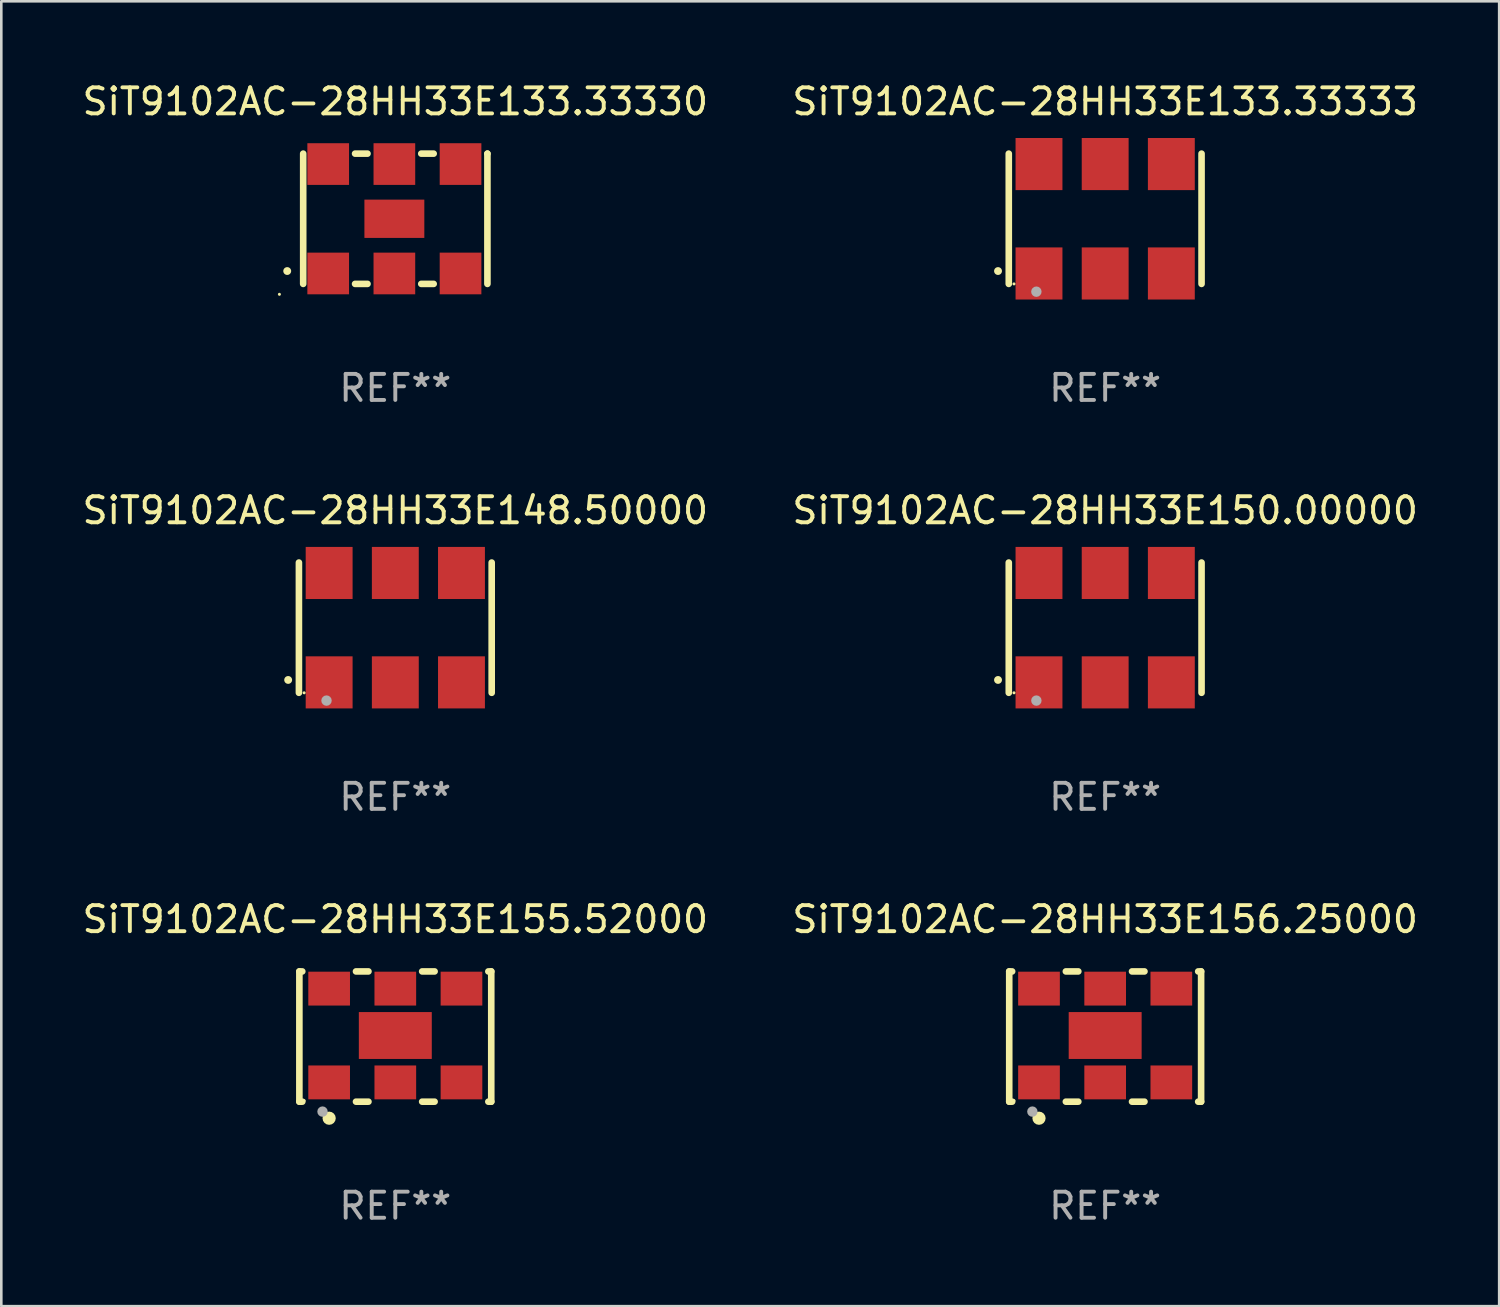
<source format=kicad_pcb>
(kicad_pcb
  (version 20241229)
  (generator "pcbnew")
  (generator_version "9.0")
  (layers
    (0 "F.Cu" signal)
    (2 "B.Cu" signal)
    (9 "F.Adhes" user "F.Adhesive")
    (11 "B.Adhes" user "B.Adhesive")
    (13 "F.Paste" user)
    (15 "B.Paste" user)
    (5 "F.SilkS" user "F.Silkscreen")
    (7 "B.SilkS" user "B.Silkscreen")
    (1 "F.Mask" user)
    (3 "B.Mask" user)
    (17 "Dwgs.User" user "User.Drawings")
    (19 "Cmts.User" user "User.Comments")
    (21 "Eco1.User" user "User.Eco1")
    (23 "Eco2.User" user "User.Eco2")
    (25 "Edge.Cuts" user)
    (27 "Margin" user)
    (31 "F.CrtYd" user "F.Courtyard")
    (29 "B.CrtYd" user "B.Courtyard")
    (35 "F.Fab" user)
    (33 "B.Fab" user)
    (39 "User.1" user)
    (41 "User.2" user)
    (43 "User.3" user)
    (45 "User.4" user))
  (footprint "SiT9102AC-28HH33E150.00000"
    (layer "F.Cu")
    (at 39.375 21.045)
    (property "Reference" "SiT9102AC-28HH33E150.00000" (at 0 -4.5 0) (layer "F.SilkS") (effects (font (size 1 1) (thickness 0.15))))
    (attr through_hole)
    (fp_line (start -3.7 -2.5) (end -3.7 2.5) (stroke (width 0.254) (type solid)) (layer "F.SilkS"))
    (fp_line (start 3.7 -2.5) (end 3.7 2.5) (stroke (width 0.254) (type solid)) (layer "F.SilkS"))
    (fp_arc (start -4.114415 2.006604) (mid -4.113145 2.006599) (end -4.111875 2.006604) (stroke (width 0.3) (type solid)) (layer "F.SilkS"))
    (fp_circle (center -3.5 2.501) (end -3.47 2.501) (stroke (width 0.06) (type solid)) (fill no) (layer "F.SilkS"))
    (fp_circle (center -2.641 2.799) (end -2.541 2.799) (stroke (width 0.2) (type solid)) (fill no) (layer "F.Fab"))
    (fp_text user "REF**" (at 0 6.5 0) (layer "F.Fab") (effects (font (size 1 1) (thickness 0.15))))
    (pad "1" smd rect (at -2.54 2.1) (size 1.8 2) (layers "F.Cu" "F.Mask" "F.Paste"))
    (pad "2" smd rect (at 0.000394 2.1) (size 1.8 2) (layers "F.Cu" "F.Mask" "F.Paste"))
    (pad "3" smd rect (at 2.54 2.1) (size 1.8 2) (layers "F.Cu" "F.Mask" "F.Paste"))
    (pad "4" smd rect (at 2.54 -2.1) (size 1.8 2) (layers "F.Cu" "F.Mask" "F.Paste"))
    (pad "5" smd rect (at 0.000394 -2.1) (size 1.8 2) (layers "F.Cu" "F.Mask" "F.Paste"))
    (pad "6" smd rect (at -2.54 -2.1) (size 1.8 2) (layers "F.Cu" "F.Mask" "F.Paste")))
  (footprint "SiT9102AC-28HH33E156.25000"
    (layer "F.Cu")
    (at 39.375 36.741)
    (property "Reference" "SiT9102AC-28HH33E156.25000" (at 0 -4.5 0) (layer "F.SilkS") (effects (font (size 1 1) (thickness 0.15))))
    (attr through_hole)
    (fp_line (start -3.683 -2.5) (end -3.571 -2.5) (stroke (width 0.254) (type solid)) (layer "F.SilkS"))
    (fp_line (start -3.683 2.5) (end -3.683 -2.5) (stroke (width 0.254) (type solid)) (layer "F.SilkS"))
    (fp_line (start -3.683 2.5) (end -3.571 2.5) (stroke (width 0.254) (type solid)) (layer "F.SilkS"))
    (fp_line (start -1.509 -2.5) (end -1.031 -2.5) (stroke (width 0.254) (type solid)) (layer "F.SilkS"))
    (fp_line (start -1.509 2.5) (end -1.031 2.5) (stroke (width 0.254) (type solid)) (layer "F.SilkS"))
    (fp_line (start 1.031 -2.5) (end 1.509 -2.5) (stroke (width 0.254) (type solid)) (layer "F.SilkS"))
    (fp_line (start 1.031 2.5) (end 1.509 2.5) (stroke (width 0.254) (type solid)) (layer "F.SilkS"))
    (fp_line (start 3.571 -2.5) (end 3.683 -2.5) (stroke (width 0.254) (type solid)) (layer "F.SilkS"))
    (fp_line (start 3.571 2.5) (end 3.683 2.5) (stroke (width 0.254) (type solid)) (layer "F.SilkS"))
    (fp_line (start 3.683 2.5) (end 3.683 -2.5) (stroke (width 0.254) (type solid)) (layer "F.SilkS"))
    (fp_circle (center -3.5 2.46) (end -3.47 2.46) (stroke (width 0.06) (type solid)) (fill no) (layer "F.SilkS"))
    (fp_circle (center -2.54 3.135) (end -2.413 3.135) (stroke (width 0.254) (type solid)) (fill no) (layer "F.SilkS"))
    (fp_circle (center -2.794 2.881) (end -2.694 2.881) (stroke (width 0.2) (type solid)) (fill no) (layer "F.Fab"))
    (fp_text user "REF**" (at 0 6.5 0) (layer "F.Fab") (effects (font (size 1 1) (thickness 0.15))))
    (pad "1" smd rect (at -2.54 1.76) (size 1.6 1.3) (layers "F.Cu" "F.Mask" "F.Paste"))
    (pad "2" smd rect (at 0 1.76) (size 1.6 1.3) (layers "F.Cu" "F.Mask" "F.Paste"))
    (pad "3" smd rect (at 2.54 1.76) (size 1.6 1.3) (layers "F.Cu" "F.Mask" "F.Paste"))
    (pad "4" smd rect (at 2.54 -1.84) (size 1.6 1.3) (layers "F.Cu" "F.Mask" "F.Paste"))
    (pad "5" smd rect (at 0 -1.84) (size 1.6 1.3) (layers "F.Cu" "F.Mask" "F.Paste"))
    (pad "6" smd rect (at -2.54 -1.84) (size 1.6 1.3) (layers "F.Cu" "F.Mask" "F.Paste"))
    (pad "7" smd rect (at 0 -0.04) (size 2.8 1.8) (layers "F.Cu" "F.Mask" "F.Paste")))
  (footprint "SiT9102AC-28HH33E133.33330"
    (layer "F.Cu")
    (at 12.125 5.348)
    (property "Reference" "SiT9102AC-28HH33E133.33330" (at 0 -4.5 0) (layer "F.SilkS") (effects (font (size 1 1) (thickness 0.15))))
    (attr through_hole)
    (fp_line (start -3.536 -2.5) (end -3.536 2.5) (stroke (width 0.254) (type solid)) (layer "F.SilkS"))
    (fp_line (start -1.544 2.5) (end -1.067 2.5) (stroke (width 0.254) (type solid)) (layer "F.SilkS"))
    (fp_line (start -1.067 -2.5) (end -1.544 -2.5) (stroke (width 0.254) (type solid)) (layer "F.SilkS"))
    (fp_line (start 0.996 2.5) (end 1.473 2.5) (stroke (width 0.254) (type solid)) (layer "F.SilkS"))
    (fp_line (start 1.473 -2.5) (end 0.996 -2.5) (stroke (width 0.254) (type solid)) (layer "F.SilkS"))
    (fp_line (start 3.536 -2.5) (end 3.536 -2.5) (stroke (width 0.254) (type solid)) (layer "F.SilkS"))
    (fp_line (start 3.536 2.5) (end 3.536 -2.5) (stroke (width 0.254) (type solid)) (layer "F.SilkS"))
    (fp_arc (start -4.150432 2.006604) (mid -4.149162 2.006599) (end -4.147892 2.006604) (stroke (width 0.3) (type solid)) (layer "F.SilkS"))
    (fp_circle (center -4.449 2.9) (end -4.419 2.9) (stroke (width 0.06) (type solid)) (fill no) (layer "F.SilkS"))
    (fp_text user "REF**" (at 0 6.5 0) (layer "F.Fab") (effects (font (size 1 1) (thickness 0.15))))
    (pad "1" smd rect (at -2.576 2.1) (size 1.6 1.6) (layers "F.Cu" "F.Mask" "F.Paste"))
    (pad "2" smd rect (at -0.036 2.1) (size 1.6 1.6) (layers "F.Cu" "F.Mask" "F.Paste"))
    (pad "3" smd rect (at 2.504 2.1) (size 1.6 1.6) (layers "F.Cu" "F.Mask" "F.Paste"))
    (pad "4" smd rect (at 2.504 -2.1) (size 1.6 1.6) (layers "F.Cu" "F.Mask" "F.Paste"))
    (pad "5" smd rect (at -0.036 -2.1) (size 1.6 1.6) (layers "F.Cu" "F.Mask" "F.Paste"))
    (pad "6" smd rect (at -2.576 -2.1) (size 1.6 1.6) (layers "F.Cu" "F.Mask" "F.Paste"))
    (pad "7" smd rect (at -0.036 0) (size 2.3 1.47) (layers "F.Cu" "F.Mask" "F.Paste")))
  (footprint "SiT9102AC-28HH33E155.52000"
    (layer "F.Cu")
    (at 12.125 36.741)
    (property "Reference" "SiT9102AC-28HH33E155.52000" (at 0 -4.5 0) (layer "F.SilkS") (effects (font (size 1 1) (thickness 0.15))))
    (attr through_hole)
    (fp_line (start -3.683 -2.5) (end -3.571 -2.5) (stroke (width 0.254) (type solid)) (layer "F.SilkS"))
    (fp_line (start -3.683 2.5) (end -3.683 -2.5) (stroke (width 0.254) (type solid)) (layer "F.SilkS"))
    (fp_line (start -3.683 2.5) (end -3.571 2.5) (stroke (width 0.254) (type solid)) (layer "F.SilkS"))
    (fp_line (start -1.509 -2.5) (end -1.031 -2.5) (stroke (width 0.254) (type solid)) (layer "F.SilkS"))
    (fp_line (start -1.509 2.5) (end -1.031 2.5) (stroke (width 0.254) (type solid)) (layer "F.SilkS"))
    (fp_line (start 1.031 -2.5) (end 1.509 -2.5) (stroke (width 0.254) (type solid)) (layer "F.SilkS"))
    (fp_line (start 1.031 2.5) (end 1.509 2.5) (stroke (width 0.254) (type solid)) (layer "F.SilkS"))
    (fp_line (start 3.571 -2.5) (end 3.683 -2.5) (stroke (width 0.254) (type solid)) (layer "F.SilkS"))
    (fp_line (start 3.571 2.5) (end 3.683 2.5) (stroke (width 0.254) (type solid)) (layer "F.SilkS"))
    (fp_line (start 3.683 2.5) (end 3.683 -2.5) (stroke (width 0.254) (type solid)) (layer "F.SilkS"))
    (fp_circle (center -3.5 2.46) (end -3.47 2.46) (stroke (width 0.06) (type solid)) (fill no) (layer "F.SilkS"))
    (fp_circle (center -2.54 3.135) (end -2.413 3.135) (stroke (width 0.254) (type solid)) (fill no) (layer "F.SilkS"))
    (fp_circle (center -2.794 2.881) (end -2.694 2.881) (stroke (width 0.2) (type solid)) (fill no) (layer "F.Fab"))
    (fp_text user "REF**" (at 0 6.5 0) (layer "F.Fab") (effects (font (size 1 1) (thickness 0.15))))
    (pad "1" smd rect (at -2.54 1.76) (size 1.6 1.3) (layers "F.Cu" "F.Mask" "F.Paste"))
    (pad "2" smd rect (at 0 1.76) (size 1.6 1.3) (layers "F.Cu" "F.Mask" "F.Paste"))
    (pad "3" smd rect (at 2.54 1.76) (size 1.6 1.3) (layers "F.Cu" "F.Mask" "F.Paste"))
    (pad "4" smd rect (at 2.54 -1.84) (size 1.6 1.3) (layers "F.Cu" "F.Mask" "F.Paste"))
    (pad "5" smd rect (at 0 -1.84) (size 1.6 1.3) (layers "F.Cu" "F.Mask" "F.Paste"))
    (pad "6" smd rect (at -2.54 -1.84) (size 1.6 1.3) (layers "F.Cu" "F.Mask" "F.Paste"))
    (pad "7" smd rect (at 0 -0.04) (size 2.8 1.8) (layers "F.Cu" "F.Mask" "F.Paste")))
  (footprint "SiT9102AC-28HH33E133.33333"
    (layer "F.Cu")
    (at 39.375 5.348)
    (property "Reference" "SiT9102AC-28HH33E133.33333" (at 0 -4.5 0) (layer "F.SilkS") (effects (font (size 1 1) (thickness 0.15))))
    (attr through_hole)
    (fp_line (start -3.7 -2.5) (end -3.7 2.5) (stroke (width 0.254) (type solid)) (layer "F.SilkS"))
    (fp_line (start 3.7 -2.5) (end 3.7 2.5) (stroke (width 0.254) (type solid)) (layer "F.SilkS"))
    (fp_arc (start -4.114415 2.006604) (mid -4.113145 2.006599) (end -4.111875 2.006604) (stroke (width 0.3) (type solid)) (layer "F.SilkS"))
    (fp_circle (center -3.5 2.501) (end -3.47 2.501) (stroke (width 0.06) (type solid)) (fill no) (layer "F.SilkS"))
    (fp_circle (center -2.641 2.799) (end -2.541 2.799) (stroke (width 0.2) (type solid)) (fill no) (layer "F.Fab"))
    (fp_text user "REF**" (at 0 6.5 0) (layer "F.Fab") (effects (font (size 1 1) (thickness 0.15))))
    (pad "1" smd rect (at -2.54 2.1) (size 1.8 2) (layers "F.Cu" "F.Mask" "F.Paste"))
    (pad "2" smd rect (at 0.000394 2.1) (size 1.8 2) (layers "F.Cu" "F.Mask" "F.Paste"))
    (pad "3" smd rect (at 2.54 2.1) (size 1.8 2) (layers "F.Cu" "F.Mask" "F.Paste"))
    (pad "4" smd rect (at 2.54 -2.1) (size 1.8 2) (layers "F.Cu" "F.Mask" "F.Paste"))
    (pad "5" smd rect (at 0.000394 -2.1) (size 1.8 2) (layers "F.Cu" "F.Mask" "F.Paste"))
    (pad "6" smd rect (at -2.54 -2.1) (size 1.8 2) (layers "F.Cu" "F.Mask" "F.Paste")))
  (footprint "SiT9102AC-28HH33E148.50000"
    (layer "F.Cu")
    (at 12.125 21.045)
    (property "Reference" "SiT9102AC-28HH33E148.50000" (at 0 -4.5 0) (layer "F.SilkS") (effects (font (size 1 1) (thickness 0.15))))
    (attr through_hole)
    (fp_line (start -3.7 -2.5) (end -3.7 2.5) (stroke (width 0.254) (type solid)) (layer "F.SilkS"))
    (fp_line (start 3.7 -2.5) (end 3.7 2.5) (stroke (width 0.254) (type solid)) (layer "F.SilkS"))
    (fp_arc (start -4.114415 2.006604) (mid -4.113145 2.006599) (end -4.111875 2.006604) (stroke (width 0.3) (type solid)) (layer "F.SilkS"))
    (fp_circle (center -3.5 2.501) (end -3.47 2.501) (stroke (width 0.06) (type solid)) (fill no) (layer "F.SilkS"))
    (fp_circle (center -2.641 2.799) (end -2.541 2.799) (stroke (width 0.2) (type solid)) (fill no) (layer "F.Fab"))
    (fp_text user "REF**" (at 0 6.5 0) (layer "F.Fab") (effects (font (size 1 1) (thickness 0.15))))
    (pad "1" smd rect (at -2.54 2.1) (size 1.8 2) (layers "F.Cu" "F.Mask" "F.Paste"))
    (pad "2" smd rect (at 0.000394 2.1) (size 1.8 2) (layers "F.Cu" "F.Mask" "F.Paste"))
    (pad "3" smd rect (at 2.54 2.1) (size 1.8 2) (layers "F.Cu" "F.Mask" "F.Paste"))
    (pad "4" smd rect (at 2.54 -2.1) (size 1.8 2) (layers "F.Cu" "F.Mask" "F.Paste"))
    (pad "5" smd rect (at 0.000394 -2.1) (size 1.8 2) (layers "F.Cu" "F.Mask" "F.Paste"))
    (pad "6" smd rect (at -2.54 -2.1) (size 1.8 2) (layers "F.Cu" "F.Mask" "F.Paste")))
  (gr_rect
    (start -3 -3)
    (end 54.5 47.09)
    (stroke (width 0.1) (type default))
    (fill no)
    (layer "Edge.Cuts")))
</source>
